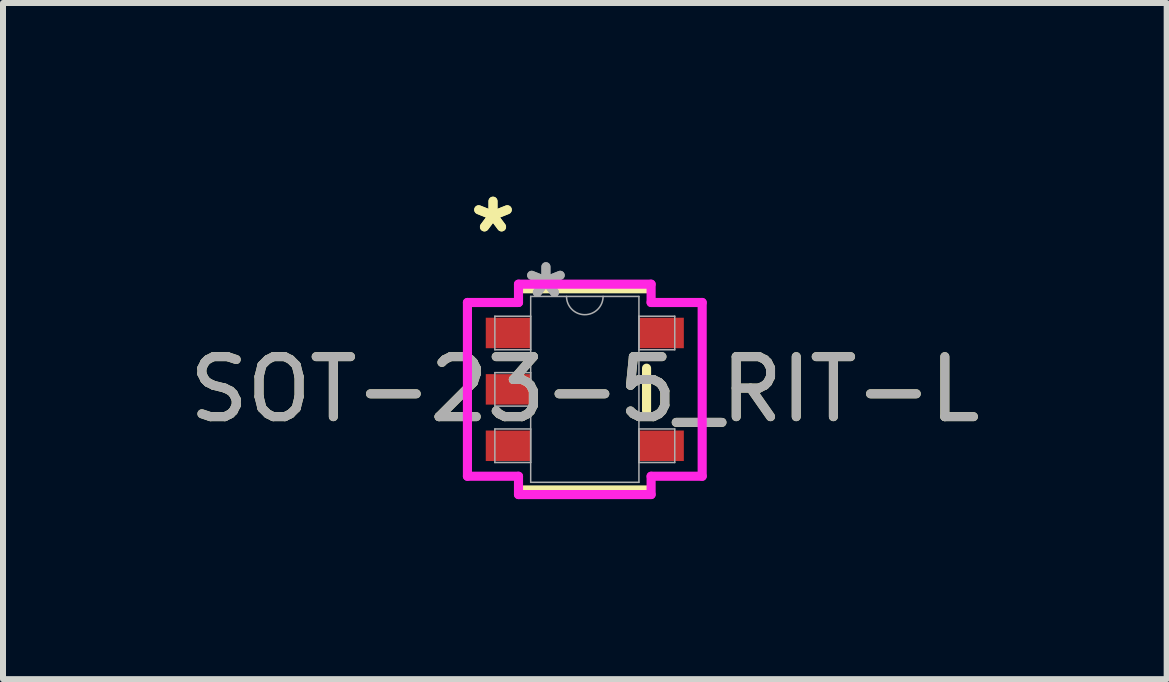
<source format=kicad_pcb>
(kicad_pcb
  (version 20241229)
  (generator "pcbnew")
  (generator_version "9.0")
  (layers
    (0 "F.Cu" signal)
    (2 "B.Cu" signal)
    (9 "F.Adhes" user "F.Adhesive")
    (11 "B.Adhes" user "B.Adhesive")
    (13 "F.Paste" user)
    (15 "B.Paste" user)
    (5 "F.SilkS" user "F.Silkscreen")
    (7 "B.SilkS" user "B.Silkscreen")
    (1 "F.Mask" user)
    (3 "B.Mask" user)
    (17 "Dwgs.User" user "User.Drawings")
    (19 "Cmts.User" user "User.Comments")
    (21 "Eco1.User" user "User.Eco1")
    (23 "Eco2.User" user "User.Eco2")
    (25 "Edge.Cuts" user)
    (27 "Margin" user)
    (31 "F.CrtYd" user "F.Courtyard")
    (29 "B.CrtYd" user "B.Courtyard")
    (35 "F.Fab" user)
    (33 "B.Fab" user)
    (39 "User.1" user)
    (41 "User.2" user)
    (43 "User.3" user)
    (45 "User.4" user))
  (footprint "SOT-23-5_RIT-L"
    (layer "F.Cu")
    (at 6.696 3.439)
    (property "Reference" "SOT-23-5_RIT-L" (at 0 0 0) (unlocked yes) (layer "F.SilkS") (effects (font (size 1 1) (thickness 0.15))))
    (attr smd)
    (fp_line (start -1.029 1.676) (end 1.029 1.676) (stroke (width 0.152) (type solid)) (layer "F.SilkS"))
    (fp_line (start 1.029 -1.676) (end -1.029 -1.676) (stroke (width 0.152) (type solid)) (layer "F.SilkS"))
    (fp_line (start 1.029 0.353) (end 1.029 -0.353) (stroke (width 0.152) (type solid)) (layer "F.SilkS"))
    (fp_line (start -1.956 -1.448) (end -1.105 -1.448) (stroke (width 0.152) (type solid)) (layer "F.CrtYd"))
    (fp_line (start -1.956 1.448) (end -1.956 -1.448) (stroke (width 0.152) (type solid)) (layer "F.CrtYd"))
    (fp_line (start -1.105 -1.753) (end 1.105 -1.753) (stroke (width 0.152) (type solid)) (layer "F.CrtYd"))
    (fp_line (start -1.105 -1.448) (end -1.105 -1.753) (stroke (width 0.152) (type solid)) (layer "F.CrtYd"))
    (fp_line (start -1.105 1.448) (end -1.956 1.448) (stroke (width 0.152) (type solid)) (layer "F.CrtYd"))
    (fp_line (start -1.105 1.753) (end -1.105 1.448) (stroke (width 0.152) (type solid)) (layer "F.CrtYd"))
    (fp_line (start 1.105 -1.753) (end 1.105 -1.448) (stroke (width 0.152) (type solid)) (layer "F.CrtYd"))
    (fp_line (start 1.105 -1.448) (end 1.956 -1.448) (stroke (width 0.152) (type solid)) (layer "F.CrtYd"))
    (fp_line (start 1.105 1.448) (end 1.105 1.753) (stroke (width 0.152) (type solid)) (layer "F.CrtYd"))
    (fp_line (start 1.105 1.753) (end -1.105 1.753) (stroke (width 0.152) (type solid)) (layer "F.CrtYd"))
    (fp_line (start 1.956 -1.448) (end 1.956 1.448) (stroke (width 0.152) (type solid)) (layer "F.CrtYd"))
    (fp_line (start 1.956 1.448) (end 1.105 1.448) (stroke (width 0.152) (type solid)) (layer "F.CrtYd"))
    (fp_line (start -1.499 -1.219) (end -1.499 -0.66) (stroke (width 0.025) (type solid)) (layer "F.Fab"))
    (fp_line (start -1.499 -0.66) (end -0.902 -0.66) (stroke (width 0.025) (type solid)) (layer "F.Fab"))
    (fp_line (start -1.499 -0.279) (end -1.499 0.279) (stroke (width 0.025) (type solid)) (layer "F.Fab"))
    (fp_line (start -1.499 0.279) (end -0.902 0.279) (stroke (width 0.025) (type solid)) (layer "F.Fab"))
    (fp_line (start -1.499 0.66) (end -1.499 1.219) (stroke (width 0.025) (type solid)) (layer "F.Fab"))
    (fp_line (start -1.499 1.219) (end -0.902 1.219) (stroke (width 0.025) (type solid)) (layer "F.Fab"))
    (fp_line (start -0.902 -1.549) (end -0.902 1.549) (stroke (width 0.025) (type solid)) (layer "F.Fab"))
    (fp_line (start -0.902 -1.219) (end -1.499 -1.219) (stroke (width 0.025) (type solid)) (layer "F.Fab"))
    (fp_line (start -0.902 -0.66) (end -0.902 -1.219) (stroke (width 0.025) (type solid)) (layer "F.Fab"))
    (fp_line (start -0.902 -0.279) (end -1.499 -0.279) (stroke (width 0.025) (type solid)) (layer "F.Fab"))
    (fp_line (start -0.902 0.279) (end -0.902 -0.279) (stroke (width 0.025) (type solid)) (layer "F.Fab"))
    (fp_line (start -0.902 0.66) (end -1.499 0.66) (stroke (width 0.025) (type solid)) (layer "F.Fab"))
    (fp_line (start -0.902 1.219) (end -0.902 0.66) (stroke (width 0.025) (type solid)) (layer "F.Fab"))
    (fp_line (start -0.902 1.549) (end 0.902 1.549) (stroke (width 0.025) (type solid)) (layer "F.Fab"))
    (fp_line (start 0.902 -1.549) (end -0.902 -1.549) (stroke (width 0.025) (type solid)) (layer "F.Fab"))
    (fp_line (start 0.902 -1.219) (end 0.902 -0.66) (stroke (width 0.025) (type solid)) (layer "F.Fab"))
    (fp_line (start 0.902 -0.66) (end 1.499 -0.66) (stroke (width 0.025) (type solid)) (layer "F.Fab"))
    (fp_line (start 0.902 0.66) (end 0.902 1.219) (stroke (width 0.025) (type solid)) (layer "F.Fab"))
    (fp_line (start 0.902 1.219) (end 1.499 1.219) (stroke (width 0.025) (type solid)) (layer "F.Fab"))
    (fp_line (start 0.902 1.549) (end 0.902 -1.549) (stroke (width 0.025) (type solid)) (layer "F.Fab"))
    (fp_line (start 1.499 -1.219) (end 0.902 -1.219) (stroke (width 0.025) (type solid)) (layer "F.Fab"))
    (fp_line (start 1.499 -0.66) (end 1.499 -1.219) (stroke (width 0.025) (type solid)) (layer "F.Fab"))
    (fp_line (start 1.499 0.66) (end 0.902 0.66) (stroke (width 0.025) (type solid)) (layer "F.Fab"))
    (fp_line (start 1.499 1.219) (end 1.499 0.66) (stroke (width 0.025) (type solid)) (layer "F.Fab"))
    (fp_arc (start 0.3048 -1.5494) (mid 0 -1.2446) (end -0.3048 -1.5494) (stroke (width 0.0254) (type solid)) (layer "F.Fab"))
    (fp_text user "*" (at -1.53 -2.591 0) (layer "F.SilkS") (effects (font (size 1 1) (thickness 0.15))))
    (fp_text user "*" (at -1.53 -2.591 0) (unlocked yes) (layer "F.SilkS") (effects (font (size 1 1) (thickness 0.15))))
    (fp_text user "${REFERENCE}" (at 0 0 0) (unlocked yes) (layer "F.Fab") (effects (font (size 1 1) (thickness 0.15))))
    (fp_text user "*" (at -0.648 -1.499 0) (layer "F.Fab") (effects (font (size 1 1) (thickness 0.15))))
    (fp_text user "*" (at -0.648 -1.499 0) (unlocked yes) (layer "F.Fab") (effects (font (size 1 1) (thickness 0.15))))
    (pad "1" smd rect (at -1.276 -0.94) (size 0.749 0.508) (layers "F.Cu" "F.Mask" "F.Paste"))
    (pad "2" smd rect (at -1.276 0) (size 0.749 0.508) (layers "F.Cu" "F.Mask" "F.Paste"))
    (pad "3" smd rect (at -1.276 0.94) (size 0.749 0.508) (layers "F.Cu" "F.Mask" "F.Paste"))
    (pad "4" smd rect (at 1.276 0.94) (size 0.749 0.508) (layers "F.Cu" "F.Mask" "F.Paste"))
    (pad "5" smd rect (at 1.276 -0.94) (size 0.749 0.508) (layers "F.Cu" "F.Mask" "F.Paste")))
  (gr_rect
    (start -3 -3)
    (end 16.393 8.268)
    (stroke (width 0.1) (type default))
    (fill no)
    (layer "Edge.Cuts")))
</source>
